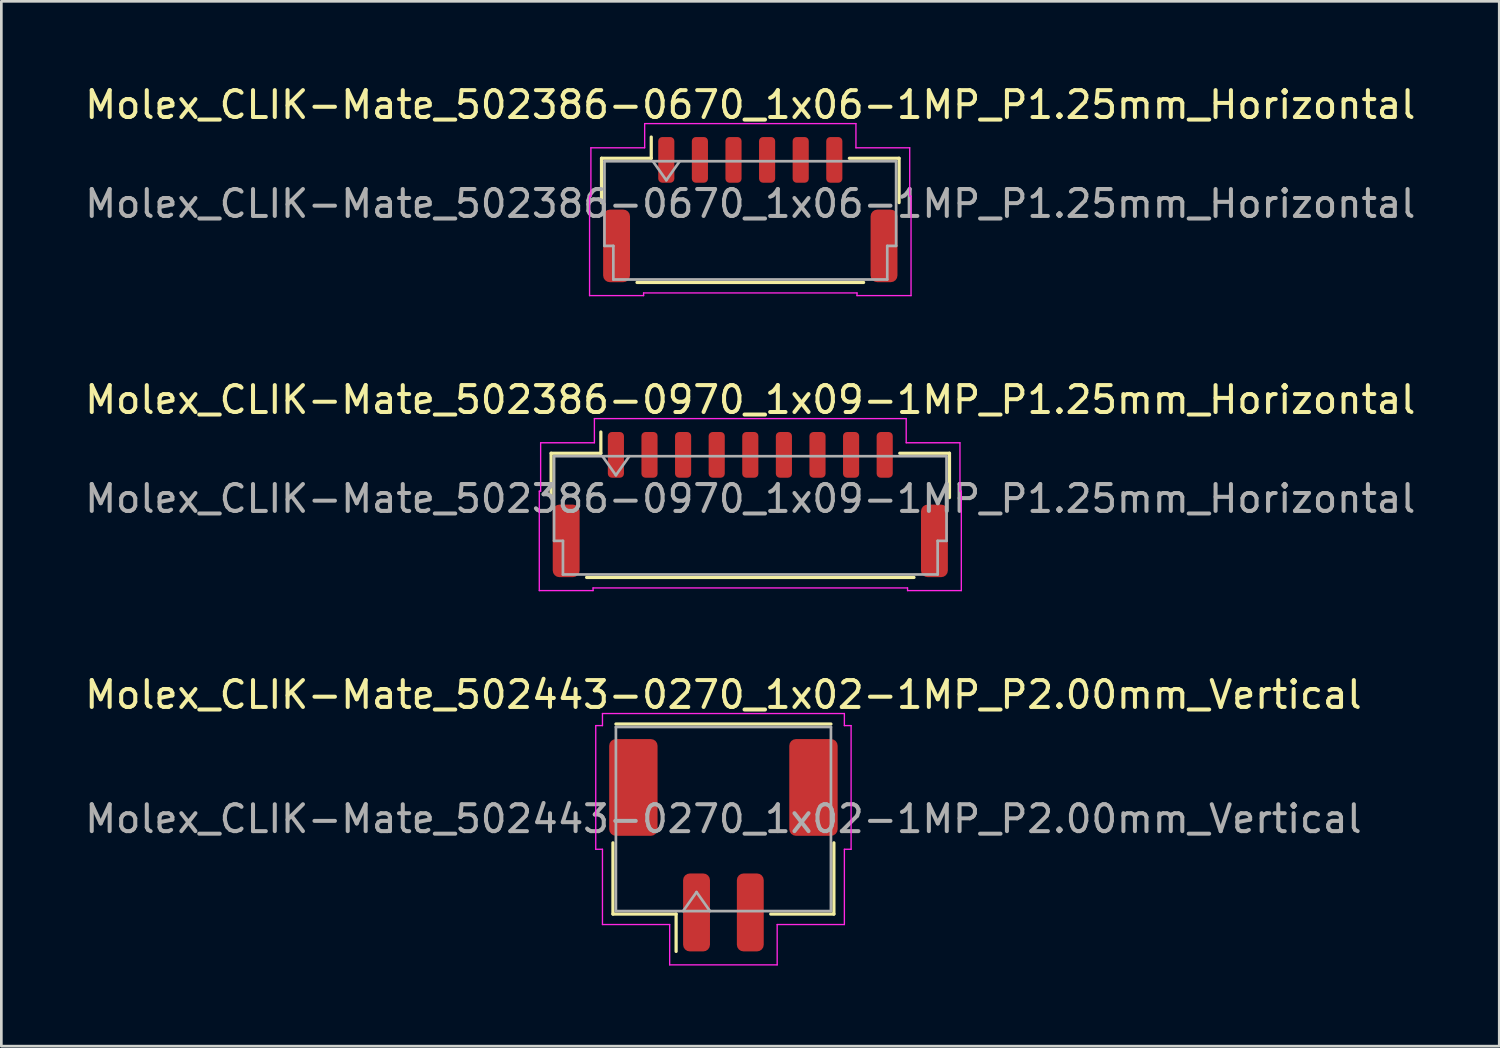
<source format=kicad_pcb>
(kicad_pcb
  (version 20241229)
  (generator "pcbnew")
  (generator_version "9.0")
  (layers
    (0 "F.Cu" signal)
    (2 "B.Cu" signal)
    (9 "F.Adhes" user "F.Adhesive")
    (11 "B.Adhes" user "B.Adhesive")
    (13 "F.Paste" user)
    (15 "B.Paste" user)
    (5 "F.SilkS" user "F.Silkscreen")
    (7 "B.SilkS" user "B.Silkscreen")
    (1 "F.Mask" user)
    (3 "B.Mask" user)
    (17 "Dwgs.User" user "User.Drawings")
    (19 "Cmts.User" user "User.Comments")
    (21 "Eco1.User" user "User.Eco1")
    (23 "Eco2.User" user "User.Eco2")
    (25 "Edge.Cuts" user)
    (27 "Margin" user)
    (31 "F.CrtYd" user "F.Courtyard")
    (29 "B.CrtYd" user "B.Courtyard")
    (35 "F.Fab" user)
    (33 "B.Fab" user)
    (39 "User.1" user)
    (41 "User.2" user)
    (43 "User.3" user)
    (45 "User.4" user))
  (footprint "Molex_CLIK-Mate_502386-0670_1x06-1MP_P1.25mm_Horizontal"
    (layer "F.Cu")
    (at 24.863 4.748)
    (property "Reference" "Molex_CLIK-Mate_502386-0670_1x06-1MP_P1.25mm_Horizontal" (at 0 -3.9 0) (layer "F.SilkS") (effects (font (size 1 1) (thickness 0.15))))
    (attr smd)
    (fp_line (start -5.535 -1.91) (end -3.685 -1.91) (stroke (width 0.12) (type solid)) (layer "F.SilkS"))
    (fp_line (start -5.535 -0.26) (end -5.535 -1.91) (stroke (width 0.12) (type solid)) (layer "F.SilkS"))
    (fp_line (start -4.215 2.71) (end 4.215 2.71) (stroke (width 0.12) (type solid)) (layer "F.SilkS"))
    (fp_line (start -3.685 -1.91) (end -3.685 -2.7) (stroke (width 0.12) (type solid)) (layer "F.SilkS"))
    (fp_line (start 5.535 -1.91) (end 3.685 -1.91) (stroke (width 0.12) (type solid)) (layer "F.SilkS"))
    (fp_line (start 5.535 -0.26) (end 5.535 -1.91) (stroke (width 0.12) (type solid)) (layer "F.SilkS"))
    (fp_line (start -5.98 -0.5) (end -5.93 -0.5) (stroke (width 0.05) (type solid)) (layer "F.CrtYd"))
    (fp_line (start -5.98 3.2) (end -5.98 -0.5) (stroke (width 0.05) (type solid)) (layer "F.CrtYd"))
    (fp_line (start -5.93 -2.3) (end -3.93 -2.3) (stroke (width 0.05) (type solid)) (layer "F.CrtYd"))
    (fp_line (start -5.93 -0.5) (end -5.93 -2.3) (stroke (width 0.05) (type solid)) (layer "F.CrtYd"))
    (fp_line (start -3.97 3.1) (end -3.97 3.2) (stroke (width 0.05) (type solid)) (layer "F.CrtYd"))
    (fp_line (start -3.97 3.2) (end -5.98 3.2) (stroke (width 0.05) (type solid)) (layer "F.CrtYd"))
    (fp_line (start -3.93 -3.2) (end 3.93 -3.2) (stroke (width 0.05) (type solid)) (layer "F.CrtYd"))
    (fp_line (start -3.93 -2.3) (end -3.93 -3.2) (stroke (width 0.05) (type solid)) (layer "F.CrtYd"))
    (fp_line (start 3.93 -3.2) (end 3.93 -2.3) (stroke (width 0.05) (type solid)) (layer "F.CrtYd"))
    (fp_line (start 3.93 -2.3) (end 5.93 -2.3) (stroke (width 0.05) (type solid)) (layer "F.CrtYd"))
    (fp_line (start 3.97 3.1) (end -3.97 3.1) (stroke (width 0.05) (type solid)) (layer "F.CrtYd"))
    (fp_line (start 3.97 3.2) (end 3.97 3.1) (stroke (width 0.05) (type solid)) (layer "F.CrtYd"))
    (fp_line (start 5.93 -2.3) (end 5.93 -0.5) (stroke (width 0.05) (type solid)) (layer "F.CrtYd"))
    (fp_line (start 5.93 -0.5) (end 5.98 -0.5) (stroke (width 0.05) (type solid)) (layer "F.CrtYd"))
    (fp_line (start 5.98 -0.5) (end 5.98 3.2) (stroke (width 0.05) (type solid)) (layer "F.CrtYd"))
    (fp_line (start 5.98 3.2) (end 3.97 3.2) (stroke (width 0.05) (type solid)) (layer "F.CrtYd"))
    (fp_line (start -5.425 -1.8) (end -5.425 1.35) (stroke (width 0.1) (type solid)) (layer "F.Fab"))
    (fp_line (start -5.425 -1.8) (end 5.425 -1.8) (stroke (width 0.1) (type solid)) (layer "F.Fab"))
    (fp_line (start -5.425 1.35) (end -5.095 1.35) (stroke (width 0.1) (type solid)) (layer "F.Fab"))
    (fp_line (start -5.095 1.35) (end -5.095 2.6) (stroke (width 0.1) (type solid)) (layer "F.Fab"))
    (fp_line (start -5.095 2.6) (end 5.095 2.6) (stroke (width 0.1) (type solid)) (layer "F.Fab"))
    (fp_line (start -3.625 -1.8) (end -3.125 -1.093) (stroke (width 0.1) (type solid)) (layer "F.Fab"))
    (fp_line (start -3.125 -1.093) (end -2.625 -1.8) (stroke (width 0.1) (type solid)) (layer "F.Fab"))
    (fp_line (start 5.095 1.35) (end 5.425 1.35) (stroke (width 0.1) (type solid)) (layer "F.Fab"))
    (fp_line (start 5.095 2.6) (end 5.095 1.35) (stroke (width 0.1) (type solid)) (layer "F.Fab"))
    (fp_line (start 5.425 -1.8) (end 5.425 1.35) (stroke (width 0.1) (type solid)) (layer "F.Fab"))
    (fp_text user "${REFERENCE}" (at 0 -0.22 0) (layer "F.Fab") (effects (font (size 1 1) (thickness 0.15))))
    (pad "1" smd roundrect (at -3.125 -1.85) (size 0.6 1.7) (layers "F.Cu" "F.Mask" "F.Paste") (roundrect_rratio 0.25))
    (pad "2" smd roundrect (at -1.875 -1.85) (size 0.6 1.7) (layers "F.Cu" "F.Mask" "F.Paste") (roundrect_rratio 0.25))
    (pad "3" smd roundrect (at -0.625 -1.85) (size 0.6 1.7) (layers "F.Cu" "F.Mask" "F.Paste") (roundrect_rratio 0.25))
    (pad "4" smd roundrect (at 0.625 -1.85) (size 0.6 1.7) (layers "F.Cu" "F.Mask" "F.Paste") (roundrect_rratio 0.25))
    (pad "5" smd roundrect (at 1.875 -1.85) (size 0.6 1.7) (layers "F.Cu" "F.Mask" "F.Paste") (roundrect_rratio 0.25))
    (pad "6" smd roundrect (at 3.125 -1.85) (size 0.6 1.7) (layers "F.Cu" "F.Mask" "F.Paste") (roundrect_rratio 0.25))
    (pad "MP" smd roundrect (at -4.975 1.35) (size 1 2.7) (layers "F.Cu" "F.Mask" "F.Paste") (roundrect_rratio 0.25))
    (pad "MP" smd roundrect (at 4.975 1.35) (size 1 2.7) (layers "F.Cu" "F.Mask" "F.Paste") (roundrect_rratio 0.25)))
  (footprint "Molex_CLIK-Mate_502386-0970_1x09-1MP_P1.25mm_Horizontal"
    (layer "F.Cu")
    (at 24.863 15.722)
    (property "Reference" "Molex_CLIK-Mate_502386-0970_1x09-1MP_P1.25mm_Horizontal" (at 0 -3.9 0) (layer "F.SilkS") (effects (font (size 1 1) (thickness 0.15))))
    (attr smd)
    (fp_line (start -7.41 -1.91) (end -5.56 -1.91) (stroke (width 0.12) (type solid)) (layer "F.SilkS"))
    (fp_line (start -7.41 -0.26) (end -7.41 -1.91) (stroke (width 0.12) (type solid)) (layer "F.SilkS"))
    (fp_line (start -6.09 2.71) (end 6.09 2.71) (stroke (width 0.12) (type solid)) (layer "F.SilkS"))
    (fp_line (start -5.56 -1.91) (end -5.56 -2.7) (stroke (width 0.12) (type solid)) (layer "F.SilkS"))
    (fp_line (start 7.41 -1.91) (end 5.56 -1.91) (stroke (width 0.12) (type solid)) (layer "F.SilkS"))
    (fp_line (start 7.41 -0.26) (end 7.41 -1.91) (stroke (width 0.12) (type solid)) (layer "F.SilkS"))
    (fp_line (start -7.85 -0.5) (end -7.8 -0.5) (stroke (width 0.05) (type solid)) (layer "F.CrtYd"))
    (fp_line (start -7.85 3.2) (end -7.85 -0.5) (stroke (width 0.05) (type solid)) (layer "F.CrtYd"))
    (fp_line (start -7.8 -2.3) (end -5.8 -2.3) (stroke (width 0.05) (type solid)) (layer "F.CrtYd"))
    (fp_line (start -7.8 -0.5) (end -7.8 -2.3) (stroke (width 0.05) (type solid)) (layer "F.CrtYd"))
    (fp_line (start -5.85 3.1) (end -5.85 3.2) (stroke (width 0.05) (type solid)) (layer "F.CrtYd"))
    (fp_line (start -5.85 3.2) (end -7.85 3.2) (stroke (width 0.05) (type solid)) (layer "F.CrtYd"))
    (fp_line (start -5.8 -3.2) (end 5.8 -3.2) (stroke (width 0.05) (type solid)) (layer "F.CrtYd"))
    (fp_line (start -5.8 -2.3) (end -5.8 -3.2) (stroke (width 0.05) (type solid)) (layer "F.CrtYd"))
    (fp_line (start 5.8 -3.2) (end 5.8 -2.3) (stroke (width 0.05) (type solid)) (layer "F.CrtYd"))
    (fp_line (start 5.8 -2.3) (end 7.8 -2.3) (stroke (width 0.05) (type solid)) (layer "F.CrtYd"))
    (fp_line (start 5.85 3.1) (end -5.85 3.1) (stroke (width 0.05) (type solid)) (layer "F.CrtYd"))
    (fp_line (start 5.85 3.2) (end 5.85 3.1) (stroke (width 0.05) (type solid)) (layer "F.CrtYd"))
    (fp_line (start 7.8 -2.3) (end 7.8 -0.5) (stroke (width 0.05) (type solid)) (layer "F.CrtYd"))
    (fp_line (start 7.8 -0.5) (end 7.85 -0.5) (stroke (width 0.05) (type solid)) (layer "F.CrtYd"))
    (fp_line (start 7.85 -0.5) (end 7.85 3.2) (stroke (width 0.05) (type solid)) (layer "F.CrtYd"))
    (fp_line (start 7.85 3.2) (end 5.85 3.2) (stroke (width 0.05) (type solid)) (layer "F.CrtYd"))
    (fp_line (start -7.3 -1.8) (end -7.3 1.35) (stroke (width 0.1) (type solid)) (layer "F.Fab"))
    (fp_line (start -7.3 -1.8) (end 7.3 -1.8) (stroke (width 0.1) (type solid)) (layer "F.Fab"))
    (fp_line (start -7.3 1.35) (end -6.97 1.35) (stroke (width 0.1) (type solid)) (layer "F.Fab"))
    (fp_line (start -6.97 1.35) (end -6.97 2.6) (stroke (width 0.1) (type solid)) (layer "F.Fab"))
    (fp_line (start -6.97 2.6) (end 6.97 2.6) (stroke (width 0.1) (type solid)) (layer "F.Fab"))
    (fp_line (start -5.5 -1.8) (end -5 -1.093) (stroke (width 0.1) (type solid)) (layer "F.Fab"))
    (fp_line (start -5 -1.093) (end -4.5 -1.8) (stroke (width 0.1) (type solid)) (layer "F.Fab"))
    (fp_line (start 6.97 1.35) (end 7.3 1.35) (stroke (width 0.1) (type solid)) (layer "F.Fab"))
    (fp_line (start 6.97 2.6) (end 6.97 1.35) (stroke (width 0.1) (type solid)) (layer "F.Fab"))
    (fp_line (start 7.3 -1.8) (end 7.3 1.35) (stroke (width 0.1) (type solid)) (layer "F.Fab"))
    (fp_text user "${REFERENCE}" (at 0 -0.22 0) (layer "F.Fab") (effects (font (size 1 1) (thickness 0.15))))
    (pad "1" smd roundrect (at -5 -1.85) (size 0.6 1.7) (layers "F.Cu" "F.Mask" "F.Paste") (roundrect_rratio 0.25))
    (pad "2" smd roundrect (at -3.75 -1.85) (size 0.6 1.7) (layers "F.Cu" "F.Mask" "F.Paste") (roundrect_rratio 0.25))
    (pad "3" smd roundrect (at -2.5 -1.85) (size 0.6 1.7) (layers "F.Cu" "F.Mask" "F.Paste") (roundrect_rratio 0.25))
    (pad "4" smd roundrect (at -1.25 -1.85) (size 0.6 1.7) (layers "F.Cu" "F.Mask" "F.Paste") (roundrect_rratio 0.25))
    (pad "5" smd roundrect (at 0 -1.85) (size 0.6 1.7) (layers "F.Cu" "F.Mask" "F.Paste") (roundrect_rratio 0.25))
    (pad "6" smd roundrect (at 1.25 -1.85) (size 0.6 1.7) (layers "F.Cu" "F.Mask" "F.Paste") (roundrect_rratio 0.25))
    (pad "7" smd roundrect (at 2.5 -1.85) (size 0.6 1.7) (layers "F.Cu" "F.Mask" "F.Paste") (roundrect_rratio 0.25))
    (pad "8" smd roundrect (at 3.75 -1.85) (size 0.6 1.7) (layers "F.Cu" "F.Mask" "F.Paste") (roundrect_rratio 0.25))
    (pad "9" smd roundrect (at 5 -1.85) (size 0.6 1.7) (layers "F.Cu" "F.Mask" "F.Paste") (roundrect_rratio 0.25))
    (pad "MP" smd roundrect (at -6.85 1.35) (size 1 2.7) (layers "F.Cu" "F.Mask" "F.Paste") (roundrect_rratio 0.25))
    (pad "MP" smd roundrect (at 6.85 1.35) (size 1 2.7) (layers "F.Cu" "F.Mask" "F.Paste") (roundrect_rratio 0.25)))
  (footprint "Molex_CLIK-Mate_502443-0270_1x02-1MP_P2.00mm_Vertical"
    (layer "F.Cu")
    (at 23.863 28.395)
    (property "Reference" "Molex_CLIK-Mate_502443-0270_1x02-1MP_P2.00mm_Vertical" (at 0 -5.6 0) (layer "F.SilkS") (effects (font (size 1 1) (thickness 0.15))))
    (attr smd)
    (fp_line (start -4.11 -0.09) (end -4.11 2.56) (stroke (width 0.12) (type solid)) (layer "F.SilkS"))
    (fp_line (start -4.11 2.56) (end -1.76 2.56) (stroke (width 0.12) (type solid)) (layer "F.SilkS"))
    (fp_line (start -4 -4.51) (end 4 -4.51) (stroke (width 0.12) (type solid)) (layer "F.SilkS"))
    (fp_line (start -1.76 2.56) (end -1.76 3.95) (stroke (width 0.12) (type solid)) (layer "F.SilkS"))
    (fp_line (start 4.11 -0.09) (end 4.11 2.56) (stroke (width 0.12) (type solid)) (layer "F.SilkS"))
    (fp_line (start 4.11 2.56) (end 1.76 2.56) (stroke (width 0.12) (type solid)) (layer "F.SilkS"))
    (fp_line (start -4.75 -4.45) (end -4.5 -4.45) (stroke (width 0.05) (type solid)) (layer "F.CrtYd"))
    (fp_line (start -4.75 0.15) (end -4.75 -4.45) (stroke (width 0.05) (type solid)) (layer "F.CrtYd"))
    (fp_line (start -4.5 -4.9) (end 4.5 -4.9) (stroke (width 0.05) (type solid)) (layer "F.CrtYd"))
    (fp_line (start -4.5 -4.45) (end -4.5 -4.9) (stroke (width 0.05) (type solid)) (layer "F.CrtYd"))
    (fp_line (start -4.5 0.15) (end -4.75 0.15) (stroke (width 0.05) (type solid)) (layer "F.CrtYd"))
    (fp_line (start -4.5 2.95) (end -4.5 0.15) (stroke (width 0.05) (type solid)) (layer "F.CrtYd"))
    (fp_line (start -2 2.95) (end -4.5 2.95) (stroke (width 0.05) (type solid)) (layer "F.CrtYd"))
    (fp_line (start -2 4.45) (end -2 2.95) (stroke (width 0.05) (type solid)) (layer "F.CrtYd"))
    (fp_line (start 2 2.95) (end 2 4.45) (stroke (width 0.05) (type solid)) (layer "F.CrtYd"))
    (fp_line (start 2 4.45) (end -2 4.45) (stroke (width 0.05) (type solid)) (layer "F.CrtYd"))
    (fp_line (start 4.5 -4.9) (end 4.5 -4.45) (stroke (width 0.05) (type solid)) (layer "F.CrtYd"))
    (fp_line (start 4.5 -4.45) (end 4.75 -4.45) (stroke (width 0.05) (type solid)) (layer "F.CrtYd"))
    (fp_line (start 4.5 0.15) (end 4.5 2.95) (stroke (width 0.05) (type solid)) (layer "F.CrtYd"))
    (fp_line (start 4.5 2.95) (end 2 2.95) (stroke (width 0.05) (type solid)) (layer "F.CrtYd"))
    (fp_line (start 4.75 -4.45) (end 4.75 0.15) (stroke (width 0.05) (type solid)) (layer "F.CrtYd"))
    (fp_line (start 4.75 0.15) (end 4.5 0.15) (stroke (width 0.05) (type solid)) (layer "F.CrtYd"))
    (fp_line (start -4 -4.4) (end 4 -4.4) (stroke (width 0.1) (type solid)) (layer "F.Fab"))
    (fp_line (start -4 2.45) (end -4 -4.4) (stroke (width 0.1) (type solid)) (layer "F.Fab"))
    (fp_line (start -4 2.45) (end 4 2.45) (stroke (width 0.1) (type solid)) (layer "F.Fab"))
    (fp_line (start -1.5 2.45) (end -1 1.743) (stroke (width 0.1) (type solid)) (layer "F.Fab"))
    (fp_line (start -1 1.743) (end -0.5 2.45) (stroke (width 0.1) (type solid)) (layer "F.Fab"))
    (fp_line (start 4 2.45) (end 4 -4.4) (stroke (width 0.1) (type solid)) (layer "F.Fab"))
    (fp_text user "${REFERENCE}" (at 0 -0.98 0) (layer "F.Fab") (effects (font (size 1 1) (thickness 0.15))))
    (pad "1" smd roundrect (at -1 2.5) (size 1 2.9) (layers "F.Cu" "F.Mask" "F.Paste") (roundrect_rratio 0.25))
    (pad "2" smd roundrect (at 1 2.5) (size 1 2.9) (layers "F.Cu" "F.Mask" "F.Paste") (roundrect_rratio 0.25))
    (pad "MP" smd roundrect (at -3.35 -2.15) (size 1.8 3.6) (layers "F.Cu" "F.Mask" "F.Paste") (roundrect_rratio 0.139))
    (pad "MP" smd roundrect (at 3.35 -2.15) (size 1.8 3.6) (layers "F.Cu" "F.Mask" "F.Paste") (roundrect_rratio 0.139)))
  (gr_rect
    (start -3 -3)
    (end 52.726 35.87)
    (stroke (width 0.1) (type default))
    (fill no)
    (layer "Edge.Cuts")))
</source>
